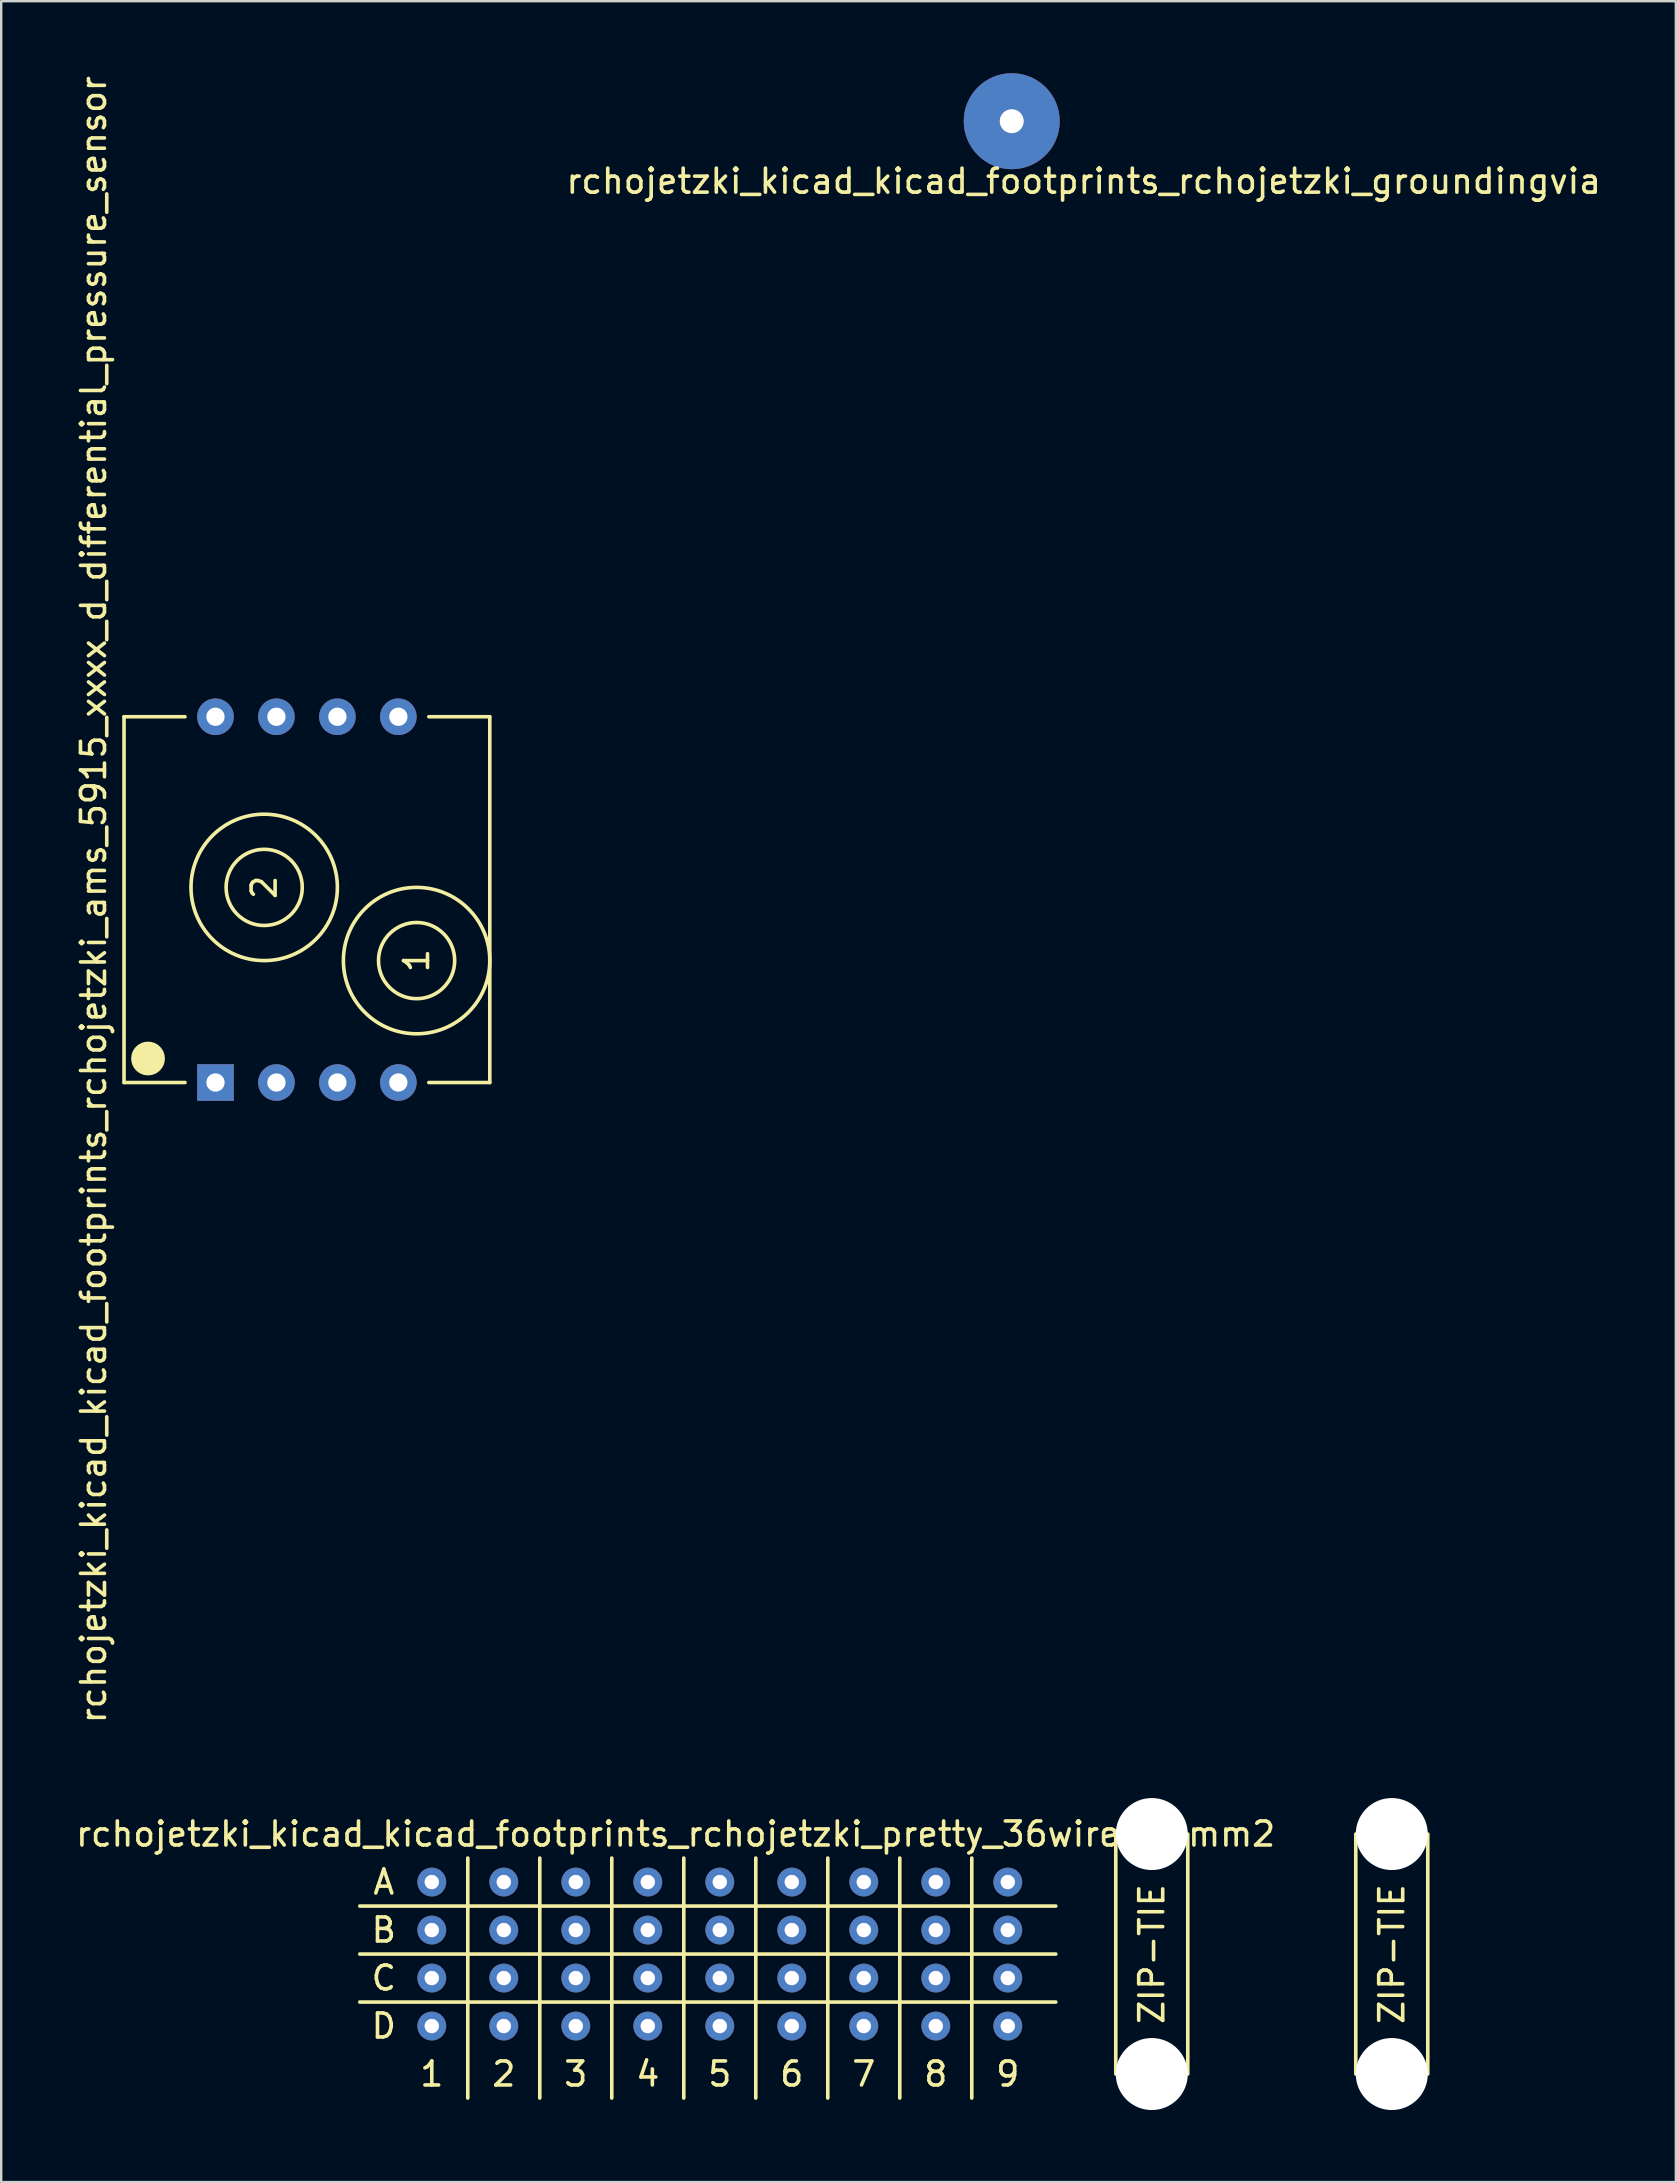
<source format=kicad_pcb>
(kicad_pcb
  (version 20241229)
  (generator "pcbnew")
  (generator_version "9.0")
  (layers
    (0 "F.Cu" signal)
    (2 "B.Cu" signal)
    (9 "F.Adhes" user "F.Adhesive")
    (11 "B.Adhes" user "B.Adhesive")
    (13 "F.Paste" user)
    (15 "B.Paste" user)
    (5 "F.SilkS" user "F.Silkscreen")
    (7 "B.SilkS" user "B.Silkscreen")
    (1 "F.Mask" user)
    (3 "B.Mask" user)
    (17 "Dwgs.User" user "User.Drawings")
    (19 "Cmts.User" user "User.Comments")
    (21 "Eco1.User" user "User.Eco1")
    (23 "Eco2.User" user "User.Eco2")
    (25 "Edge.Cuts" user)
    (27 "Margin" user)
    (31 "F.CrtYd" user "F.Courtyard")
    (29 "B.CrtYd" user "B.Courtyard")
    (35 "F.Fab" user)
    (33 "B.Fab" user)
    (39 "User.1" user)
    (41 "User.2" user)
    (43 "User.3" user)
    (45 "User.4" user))
  (footprint "rchojetzki_kicad_kicad_footprints_rchojetzki_ams_5915_xxxx_d_differential_pressure_sensor"
    (layer "F.Cu")
    (at 2.118 42.055)
    (property "Reference" "rchojetzki_kicad_kicad_footprints_rchojetzki_ams_5915_xxxx_d_differential_pressure_sensor" (at -1.27 -7.62 90) (layer "F.SilkS") (effects (font (size 1 1) (thickness 0.15))))
    (attr through_hole)
    (fp_line (start 0 -15.24) (end 2.54 -15.24) (stroke (width 0.15) (type solid)) (layer "F.SilkS"))
    (fp_line (start 0 0) (end 0 -15.24) (stroke (width 0.15) (type solid)) (layer "F.SilkS"))
    (fp_line (start 0 0) (end 2.54 0) (stroke (width 0.15) (type solid)) (layer "F.SilkS"))
    (fp_line (start 15.24 -15.24) (end 12.7 -15.24) (stroke (width 0.15) (type solid)) (layer "F.SilkS"))
    (fp_line (start 15.24 0) (end 12.7 0) (stroke (width 0.15) (type solid)) (layer "F.SilkS"))
    (fp_line (start 15.24 0) (end 15.24 -15.24) (stroke (width 0.15) (type solid)) (layer "F.SilkS"))
    (fp_circle (center 1 -1) (end 0.75 -0.75) (stroke (width 0.7) (type solid)) (fill no) (layer "F.SilkS"))
    (fp_circle (center 5.84 -8.13) (end 5.84 -6.543) (stroke (width 0.15) (type solid)) (fill no) (layer "F.SilkS"))
    (fp_circle (center 5.84 -8.13) (end 5.84 -5.08) (stroke (width 0.15) (type solid)) (fill no) (layer "F.SilkS"))
    (fp_circle (center 12.19 -5.08) (end 12.19 -8.13) (stroke (width 0.15) (type solid)) (fill no) (layer "F.SilkS"))
    (fp_circle (center 12.19 -5.08) (end 12.19 -3.493) (stroke (width 0.15) (type solid)) (fill no) (layer "F.SilkS"))
    (fp_text user "2" (at 5.84 -8.13 90) (layer "F.SilkS") (effects (font (size 1 1) (thickness 0.15))))
    (fp_text user "1" (at 12.19 -5.08 90) (layer "F.SilkS") (effects (font (size 1 1) (thickness 0.15))))
    (pad "1" thru_hole rect (at 3.81 0) (size 1.524 1.524) (drill 0.762) (layers "*.Cu" "*.Mask"))
    (pad "2" thru_hole circle (at 6.35 0) (size 1.524 1.524) (drill 0.762) (layers "*.Cu" "*.Mask"))
    (pad "3" thru_hole circle (at 8.89 0) (size 1.524 1.524) (drill 0.762) (layers "*.Cu" "*.Mask"))
    (pad "4" thru_hole circle (at 11.43 0) (size 1.524 1.524) (drill 0.762) (layers "*.Cu" "*.Mask"))
    (pad "5" thru_hole circle (at 11.43 -15.24) (size 1.524 1.524) (drill 0.762) (layers "*.Cu" "*.Mask"))
    (pad "6" thru_hole circle (at 8.89 -15.24) (size 1.524 1.524) (drill 0.762) (layers "*.Cu" "*.Mask"))
    (pad "7" thru_hole circle (at 6.35 -15.24) (size 1.524 1.524) (drill 0.762) (layers "*.Cu" "*.Mask"))
    (pad "8" thru_hole circle (at 3.81 -15.24) (size 1.524 1.524) (drill 0.762) (layers "*.Cu" "*.Mask")))
  (footprint "rchojetzki_kicad_kicad_footprints_rchojetzki_groundingvia"
    (layer "F.Cu")
    (at 39.106 2)
    (property "Reference" "rchojetzki_kicad_kicad_footprints_rchojetzki_groundingvia" (at 3 2.5 0) (layer "F.SilkS") (effects (font (size 1 1) (thickness 0.15))))
    (attr through_hole)
    (pad "1" thru_hole circle (at 0 0) (size 4 4) (drill 1) (layers "*.Cu")))
  (footprint "rchojetzki_kicad_kicad_footprints_rchojetzki_pretty_36wire014mm2"
    (layer "F.Cu")
    (at 14.941 75.369)
    (property "Reference" "rchojetzki_kicad_kicad_footprints_rchojetzki_pretty_36wire014mm2" (at 10.16 -2 0) (layer "F.SilkS") (effects (font (size 1 1) (thickness 0.15))))
    (attr through_hole)
    (fp_line (start -3 1) (end 26 1) (stroke (width 0.15) (type solid)) (layer "F.SilkS"))
    (fp_line (start -3 3) (end 26 3) (stroke (width 0.15) (type solid)) (layer "F.SilkS"))
    (fp_line (start -3 5) (end 26 5) (stroke (width 0.15) (type solid)) (layer "F.SilkS"))
    (fp_line (start 1.5 -1) (end 1.5 9) (stroke (width 0.15) (type solid)) (layer "F.SilkS"))
    (fp_line (start 4.5 -1) (end 4.5 9) (stroke (width 0.15) (type solid)) (layer "F.SilkS"))
    (fp_line (start 7.5 -1) (end 7.5 9) (stroke (width 0.15) (type solid)) (layer "F.SilkS"))
    (fp_line (start 10.5 -1) (end 10.5 9) (stroke (width 0.15) (type solid)) (layer "F.SilkS"))
    (fp_line (start 13.5 -1) (end 13.5 9) (stroke (width 0.15) (type solid)) (layer "F.SilkS"))
    (fp_line (start 16.5 -1) (end 16.5 9) (stroke (width 0.15) (type solid)) (layer "F.SilkS"))
    (fp_line (start 19.5 -1) (end 19.5 9) (stroke (width 0.15) (type solid)) (layer "F.SilkS"))
    (fp_line (start 22.5 -1) (end 22.5 9) (stroke (width 0.15) (type solid)) (layer "F.SilkS"))
    (fp_line (start 28.5 -2) (end 28.5 8) (stroke (width 0.15) (type solid)) (layer "F.SilkS"))
    (fp_line (start 31.5 -2) (end 31.5 8) (stroke (width 0.15) (type solid)) (layer "F.SilkS"))
    (fp_line (start 38.5 -2) (end 38.5 8) (stroke (width 0.15) (type solid)) (layer "F.SilkS"))
    (fp_line (start 41.5 -2) (end 41.5 8) (stroke (width 0.15) (type solid)) (layer "F.SilkS"))
    (fp_text user "6" (at 15 8 0) (layer "F.SilkS") (effects (font (size 1 1) (thickness 0.15))))
    (fp_text user "C" (at -2 4 0) (layer "F.SilkS") (effects (font (size 1 1) (thickness 0.15))))
    (fp_text user "B" (at -2 2 0) (layer "F.SilkS") (effects (font (size 1 1) (thickness 0.15))))
    (fp_text user "3" (at 6 8 0) (layer "F.SilkS") (effects (font (size 1 1) (thickness 0.15))))
    (fp_text user "D" (at -2 6 0) (layer "F.SilkS") (effects (font (size 1 1) (thickness 0.15))))
    (fp_text user "9" (at 24 8 0) (layer "F.SilkS") (effects (font (size 1 1) (thickness 0.15))))
    (fp_text user "A" (at -2 0 0) (layer "F.SilkS") (effects (font (size 1 1) (thickness 0.15))))
    (fp_text user "7" (at 18 8 0) (layer "F.SilkS") (effects (font (size 1 1) (thickness 0.15))))
    (fp_text user "8" (at 21 8 0) (layer "F.SilkS") (effects (font (size 1 1) (thickness 0.15))))
    (fp_text user "ZIP-TIE" (at 30 3 90) (layer "F.SilkS") (effects (font (size 1 1) (thickness 0.15))))
    (fp_text user "ZIP-TIE" (at 40 3 90) (layer "F.SilkS") (effects (font (size 1 1) (thickness 0.15))))
    (fp_text user "2" (at 3 8 0) (layer "F.SilkS") (effects (font (size 1 1) (thickness 0.15))))
    (fp_text user "1" (at 0 8 0) (layer "F.SilkS") (effects (font (size 1 1) (thickness 0.15))))
    (fp_text user "5" (at 12 8 0) (layer "F.SilkS") (effects (font (size 1 1) (thickness 0.15))))
    (fp_text user "4" (at 9 8 0) (layer "F.SilkS") (effects (font (size 1 1) (thickness 0.15))))
    (pad "" np_thru_hole circle (at 30 -2) (size 3 3) (drill 3) (layers "*.Cu" "*.Mask"))
    (pad "" np_thru_hole circle (at 30 8) (size 3 3) (drill 3) (layers "*.Cu" "*.Mask"))
    (pad "" np_thru_hole circle (at 40 -2) (size 3 3) (drill 3) (layers "*.Cu" "*.Mask"))
    (pad "" np_thru_hole circle (at 40 8) (size 3 3) (drill 3) (layers "*.Cu" "*.Mask"))
    (pad "1" thru_hole circle (at 0 0) (size 1.2 1.2) (drill 0.6) (layers "*.Cu" "*.Mask"))
    (pad "2" thru_hole circle (at 0 2) (size 1.2 1.2) (drill 0.6) (layers "*.Cu" "*.Mask"))
    (pad "3" thru_hole circle (at 0 4) (size 1.2 1.2) (drill 0.6) (layers "*.Cu" "*.Mask"))
    (pad "4" thru_hole circle (at 0 6) (size 1.2 1.2) (drill 0.6) (layers "*.Cu" "*.Mask"))
    (pad "5" thru_hole circle (at 3 0) (size 1.2 1.2) (drill 0.6) (layers "*.Cu" "*.Mask"))
    (pad "6" thru_hole circle (at 3 2) (size 1.2 1.2) (drill 0.6) (layers "*.Cu" "*.Mask"))
    (pad "7" thru_hole circle (at 3 4) (size 1.2 1.2) (drill 0.6) (layers "*.Cu" "*.Mask"))
    (pad "8" thru_hole circle (at 3 6) (size 1.2 1.2) (drill 0.6) (layers "*.Cu" "*.Mask"))
    (pad "9" thru_hole circle (at 6 0) (size 1.2 1.2) (drill 0.6) (layers "*.Cu" "*.Mask"))
    (pad "10" thru_hole circle (at 6 2) (size 1.2 1.2) (drill 0.6) (layers "*.Cu" "*.Mask"))
    (pad "11" thru_hole circle (at 6 4) (size 1.2 1.2) (drill 0.6) (layers "*.Cu" "*.Mask"))
    (pad "12" thru_hole circle (at 6 6) (size 1.2 1.2) (drill 0.6) (layers "*.Cu" "*.Mask"))
    (pad "13" thru_hole circle (at 9 0) (size 1.2 1.2) (drill 0.6) (layers "*.Cu" "*.Mask"))
    (pad "14" thru_hole circle (at 9 2) (size 1.2 1.2) (drill 0.6) (layers "*.Cu" "*.Mask"))
    (pad "15" thru_hole circle (at 9 4) (size 1.2 1.2) (drill 0.6) (layers "*.Cu" "*.Mask"))
    (pad "16" thru_hole circle (at 9 6) (size 1.2 1.2) (drill 0.6) (layers "*.Cu" "*.Mask"))
    (pad "17" thru_hole circle (at 12 0) (size 1.2 1.2) (drill 0.6) (layers "*.Cu" "*.Mask"))
    (pad "18" thru_hole circle (at 12 2) (size 1.2 1.2) (drill 0.6) (layers "*.Cu" "*.Mask"))
    (pad "19" thru_hole circle (at 12 4) (size 1.2 1.2) (drill 0.6) (layers "*.Cu" "*.Mask"))
    (pad "20" thru_hole circle (at 12 6) (size 1.2 1.2) (drill 0.6) (layers "*.Cu" "*.Mask"))
    (pad "21" thru_hole circle (at 15 0) (size 1.2 1.2) (drill 0.6) (layers "*.Cu" "*.Mask"))
    (pad "22" thru_hole circle (at 15 2) (size 1.2 1.2) (drill 0.6) (layers "*.Cu" "*.Mask"))
    (pad "23" thru_hole circle (at 15 4) (size 1.2 1.2) (drill 0.6) (layers "*.Cu" "*.Mask"))
    (pad "24" thru_hole circle (at 15 6) (size 1.2 1.2) (drill 0.6) (layers "*.Cu" "*.Mask"))
    (pad "25" thru_hole circle (at 18 0) (size 1.2 1.2) (drill 0.6) (layers "*.Cu" "*.Mask"))
    (pad "26" thru_hole circle (at 18 2) (size 1.2 1.2) (drill 0.6) (layers "*.Cu" "*.Mask"))
    (pad "27" thru_hole circle (at 18 4) (size 1.2 1.2) (drill 0.6) (layers "*.Cu" "*.Mask"))
    (pad "28" thru_hole circle (at 18 6) (size 1.2 1.2) (drill 0.6) (layers "*.Cu" "*.Mask"))
    (pad "29" thru_hole circle (at 21 0) (size 1.2 1.2) (drill 0.6) (layers "*.Cu" "*.Mask"))
    (pad "30" thru_hole circle (at 21 2) (size 1.2 1.2) (drill 0.6) (layers "*.Cu" "*.Mask"))
    (pad "31" thru_hole circle (at 21 4) (size 1.2 1.2) (drill 0.6) (layers "*.Cu" "*.Mask"))
    (pad "32" thru_hole circle (at 21 6) (size 1.2 1.2) (drill 0.6) (layers "*.Cu" "*.Mask"))
    (pad "33" thru_hole circle (at 24 0) (size 1.2 1.2) (drill 0.6) (layers "*.Cu" "*.Mask"))
    (pad "34" thru_hole circle (at 24 2) (size 1.2 1.2) (drill 0.6) (layers "*.Cu" "*.Mask"))
    (pad "35" thru_hole circle (at 24 4) (size 1.2 1.2) (drill 0.6) (layers "*.Cu" "*.Mask"))
    (pad "36" thru_hole circle (at 24 6) (size 1.2 1.2) (drill 0.6) (layers "*.Cu" "*.Mask")))
  (gr_rect
    (start -3 -3)
    (end 66.778 87.869)
    (stroke (width 0.1) (type default))
    (fill no)
    (layer "Edge.Cuts")))
</source>
